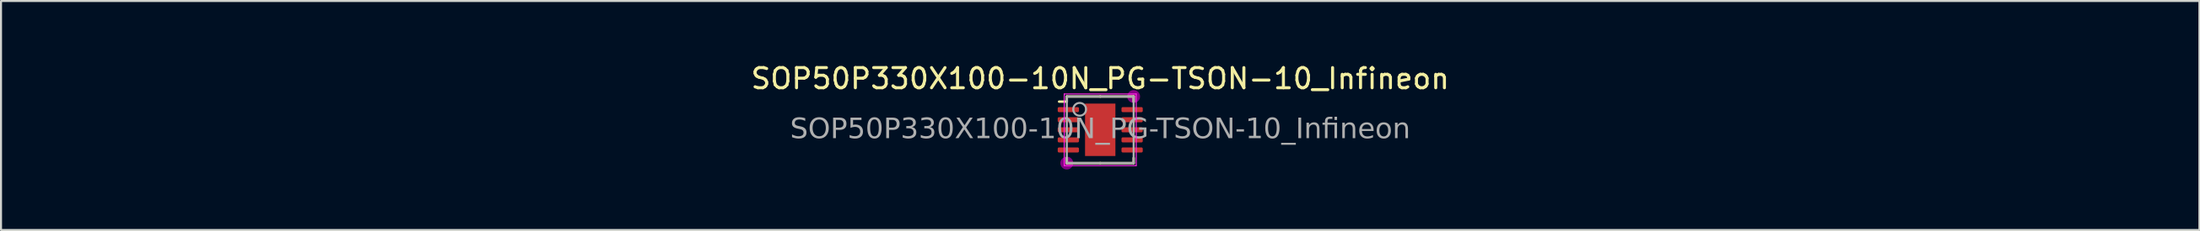
<source format=kicad_pcb>
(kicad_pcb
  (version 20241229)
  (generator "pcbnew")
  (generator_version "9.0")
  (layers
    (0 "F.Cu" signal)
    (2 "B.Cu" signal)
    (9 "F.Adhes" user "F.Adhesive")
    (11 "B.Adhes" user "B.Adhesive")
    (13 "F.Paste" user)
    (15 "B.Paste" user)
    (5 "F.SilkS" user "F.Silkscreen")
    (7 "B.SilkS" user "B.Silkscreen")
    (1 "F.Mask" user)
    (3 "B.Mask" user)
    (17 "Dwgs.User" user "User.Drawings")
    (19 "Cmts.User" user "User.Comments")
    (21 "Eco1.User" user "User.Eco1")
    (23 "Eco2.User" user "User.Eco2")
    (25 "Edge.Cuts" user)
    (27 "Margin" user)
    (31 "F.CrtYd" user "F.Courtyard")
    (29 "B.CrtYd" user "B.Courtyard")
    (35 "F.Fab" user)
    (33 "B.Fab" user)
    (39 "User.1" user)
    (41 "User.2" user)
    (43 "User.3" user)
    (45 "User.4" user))
  (footprint "SOP50P330X100-10N_PG-TSON-10_Infineon"
    (layer "F.Cu")
    (at 51.292 3.388)
    (property "Reference" "SOP50P330X100-10N_PG-TSON-10_Infineon" (at 0 -2.54 0) (layer "F.SilkS") (effects (font (size 1 1) (thickness 0.15))))
    (property "Drawing" "https://www.infineon.com/assets/row/public/packages/202/footprint_download/infineon-pg-tson-10-2-fpd-pdf-footprint-en.pdf" (at 0 0 0) (layer "F.Paste") (effects (font (size 1 1) (thickness 0.15))))
    (attr smd)
    (fp_line (start -2.032 -1.397) (end -1.651 -1.397) (stroke (width 0.12) (type solid)) (layer "F.SilkS"))
    (fp_line (start -1.651 -1.397) (end -1.651 -1.651) (stroke (width 0.12) (type solid)) (layer "F.SilkS"))
    (fp_line (start -1.651 1.397) (end -1.651 1.651) (stroke (width 0.12) (type solid)) (layer "F.SilkS"))
    (fp_line (start 0 -1.651) (end -1.651 -1.651) (stroke (width 0.12) (type solid)) (layer "F.SilkS"))
    (fp_line (start 0 -1.651) (end 1.651 -1.651) (stroke (width 0.12) (type solid)) (layer "F.SilkS"))
    (fp_line (start 0 1.651) (end -1.651 1.651) (stroke (width 0.12) (type solid)) (layer "F.SilkS"))
    (fp_line (start 0 1.651) (end 1.651 1.651) (stroke (width 0.12) (type solid)) (layer "F.SilkS"))
    (fp_line (start 1.651 -1.397) (end 1.651 -1.651) (stroke (width 0.12) (type solid)) (layer "F.SilkS"))
    (fp_line (start 1.651 1.397) (end 1.651 1.651) (stroke (width 0.12) (type solid)) (layer "F.SilkS"))
    (fp_circle (center -1.651 1.651) (end -1.333 1.651) (stroke (width 0) (type solid)) (fill yes) (layer "F.Adhes"))
    (fp_circle (center 1.651 -1.651) (end 1.968 -1.651) (stroke (width 0) (type solid)) (fill yes) (layer "F.Adhes"))
    (fp_line (start -1.778 -1.778) (end -1.778 1.778) (stroke (width 0.05) (type solid)) (layer "F.CrtYd"))
    (fp_line (start -1.778 1.778) (end 1.778 1.778) (stroke (width 0.05) (type solid)) (layer "F.CrtYd"))
    (fp_line (start 1.778 -1.778) (end -1.778 -1.778) (stroke (width 0.05) (type solid)) (layer "F.CrtYd"))
    (fp_line (start 1.778 1.778) (end 1.778 -1.778) (stroke (width 0.05) (type solid)) (layer "F.CrtYd"))
    (fp_line (start -1.65 -1.65) (end 1.65 -1.65) (stroke (width 0.1) (type solid)) (layer "F.Fab"))
    (fp_line (start -1.65 1.65) (end -1.65 -1.65) (stroke (width 0.1) (type solid)) (layer "F.Fab"))
    (fp_line (start 1.65 -1.65) (end 1.65 1.65) (stroke (width 0.1) (type solid)) (layer "F.Fab"))
    (fp_line (start 1.65 1.65) (end -1.65 1.65) (stroke (width 0.1) (type solid)) (layer "F.Fab"))
    (fp_circle (center -1.016 -1.016) (end -0.699 -1.016) (stroke (width 0.1) (type solid)) (fill no) (layer "F.Fab"))
    (fp_text user "${REFERENCE}" (at 0 0 0) (layer "F.Fab") (effects (font (face "Tahoma") (size 1 1) (thickness 0.15))))
    (pad "" smd rect (at -0.37 -0.6) (size 0.54 1) (property pad_prop_heatsink) (layers "F.Paste"))
    (pad "" smd rect (at -0.37 0.6) (size 0.54 1) (property pad_prop_heatsink) (layers "F.Paste"))
    (pad "" smd rect (at 0.37 -0.6) (size 0.54 1) (property pad_prop_heatsink) (layers "F.Paste"))
    (pad "" smd rect (at 0.37 0.6) (size 0.54 1) (property pad_prop_heatsink) (layers "F.Paste"))
    (pad "1" smd roundrect (at -1.575 -1) (size 1.05 0.25) (layers "F.Cu" "F.Mask" "F.Paste") (roundrect_rratio 0.25))
    (pad "2" smd roundrect (at -1.575 -0.5) (size 1.05 0.25) (layers "F.Cu" "F.Mask" "F.Paste") (roundrect_rratio 0.25))
    (pad "3" smd roundrect (at -1.575 0) (size 1.05 0.25) (layers "F.Cu" "F.Mask" "F.Paste") (roundrect_rratio 0.25))
    (pad "4" smd roundrect (at -1.575 0.5) (size 1.05 0.25) (layers "F.Cu" "F.Mask" "F.Paste") (roundrect_rratio 0.25))
    (pad "5" smd roundrect (at -1.575 1) (size 1.05 0.25) (layers "F.Cu" "F.Mask" "F.Paste") (roundrect_rratio 0.25))
    (pad "6" smd roundrect (at 1.575 1) (size 1.05 0.25) (layers "F.Cu" "F.Mask" "F.Paste") (roundrect_rratio 0.25))
    (pad "7" smd roundrect (at 1.575 0.5) (size 1.05 0.25) (layers "F.Cu" "F.Mask" "F.Paste") (roundrect_rratio 0.25))
    (pad "8" smd roundrect (at 1.575 0) (size 1.05 0.25) (layers "F.Cu" "F.Mask" "F.Paste") (roundrect_rratio 0.25))
    (pad "9" smd roundrect (at 1.575 -0.5) (size 1.05 0.25) (layers "F.Cu" "F.Mask" "F.Paste") (roundrect_rratio 0.25))
    (pad "10" smd roundrect (at 1.575 -1) (size 1.05 0.25) (layers "F.Cu" "F.Mask" "F.Paste") (roundrect_rratio 0.25))
    (pad "11" smd rect (at 0 0) (size 1.5 2.6) (property pad_prop_heatsink) (layers "F.Cu" "F.Mask")))
  (gr_rect
    (start -3 -3)
    (end 105.583 8.357)
    (stroke (width 0.1) (type default))
    (fill no)
    (layer "Edge.Cuts")))
</source>
